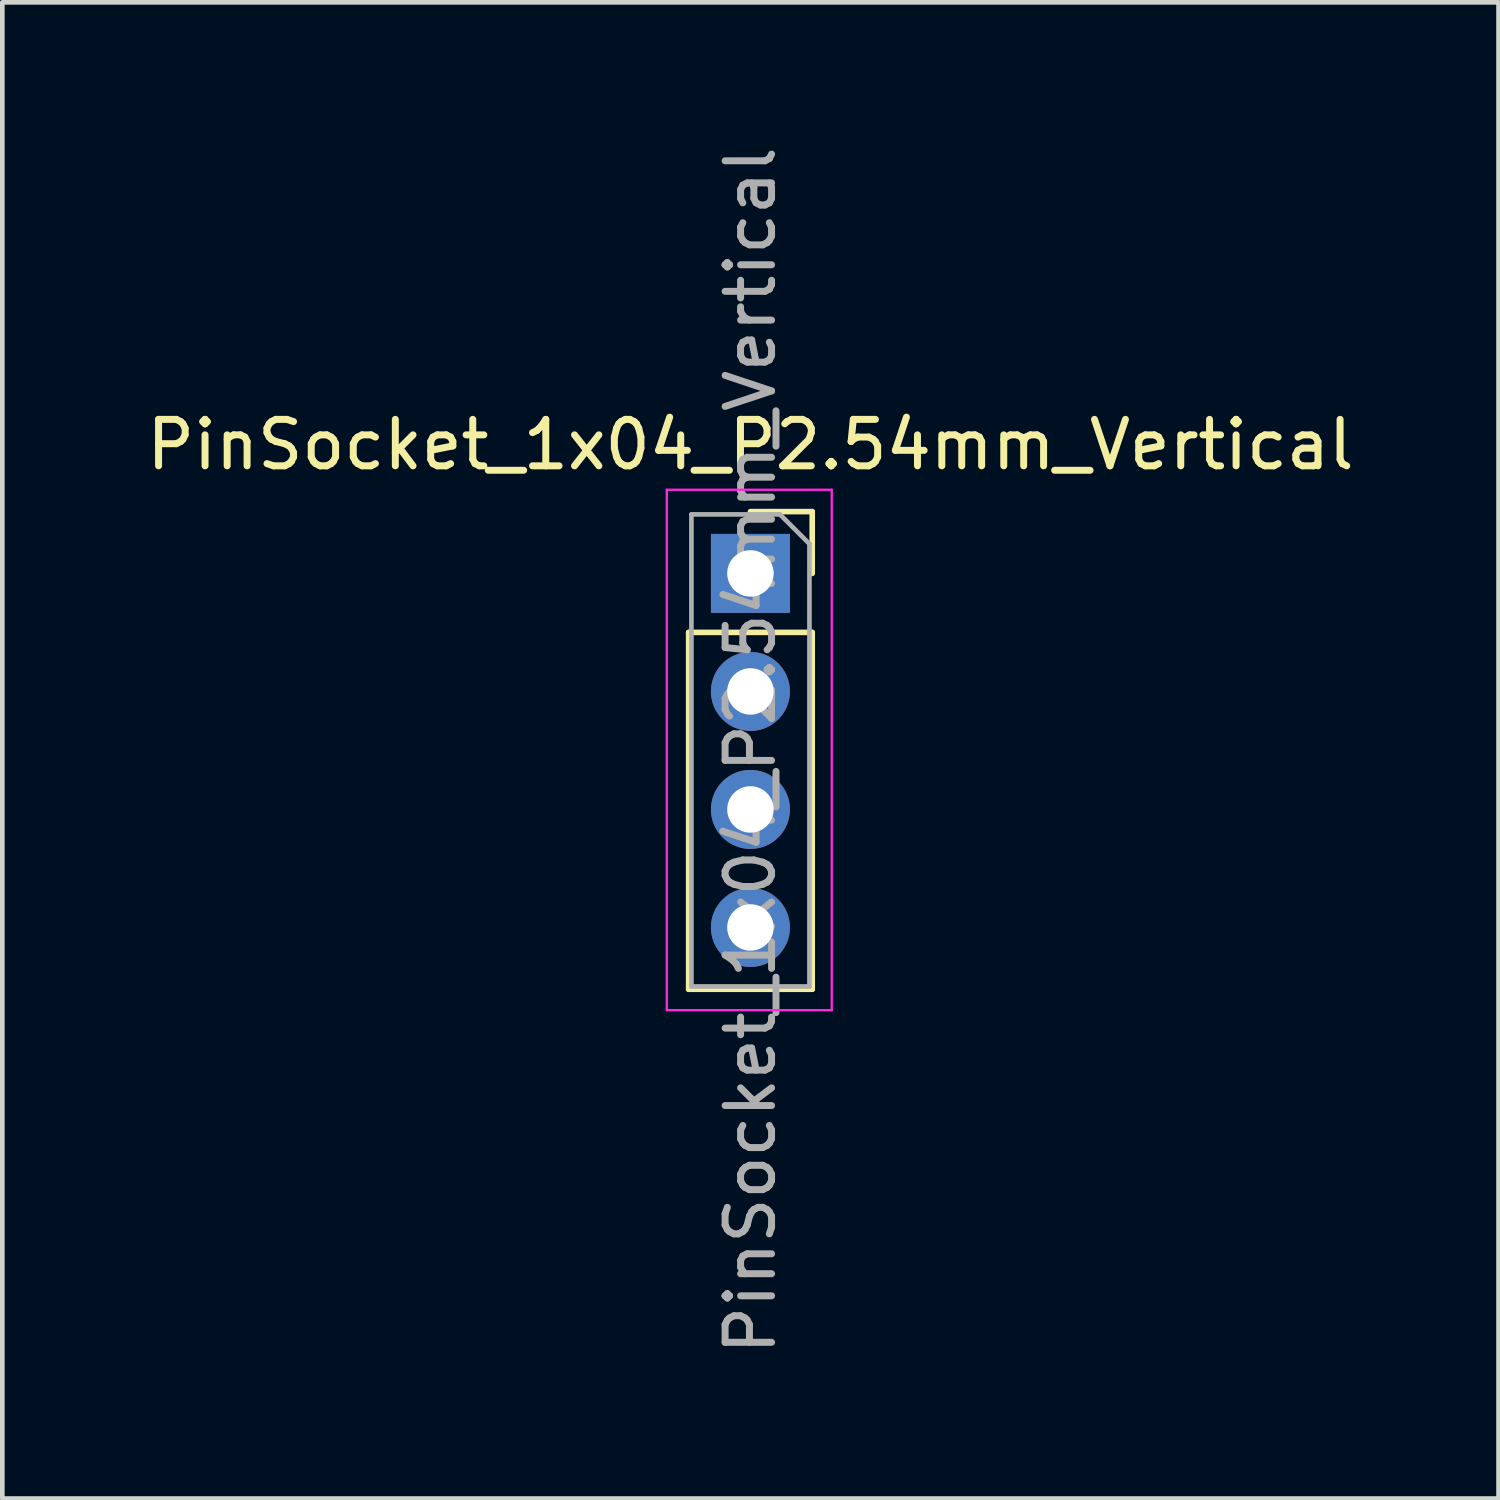
<source format=kicad_pcb>
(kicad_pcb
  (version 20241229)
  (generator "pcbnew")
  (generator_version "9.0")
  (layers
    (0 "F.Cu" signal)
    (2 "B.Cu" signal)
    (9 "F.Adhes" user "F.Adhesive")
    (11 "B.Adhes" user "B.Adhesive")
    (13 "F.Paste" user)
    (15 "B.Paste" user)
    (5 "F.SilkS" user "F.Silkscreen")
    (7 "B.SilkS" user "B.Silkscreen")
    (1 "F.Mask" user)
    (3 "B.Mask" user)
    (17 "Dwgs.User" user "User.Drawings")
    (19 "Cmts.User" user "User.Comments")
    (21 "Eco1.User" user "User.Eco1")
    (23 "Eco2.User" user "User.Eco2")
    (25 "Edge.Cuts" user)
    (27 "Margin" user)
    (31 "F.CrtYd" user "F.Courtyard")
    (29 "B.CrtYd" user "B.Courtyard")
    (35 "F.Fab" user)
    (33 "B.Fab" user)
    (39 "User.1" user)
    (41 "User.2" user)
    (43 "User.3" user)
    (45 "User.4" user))
  (footprint "PinSocket_1x04_P2.54mm_Vertical"
    (layer "F.Cu")
    (at 13.101 9.291)
    (property "Reference" "PinSocket_1x04_P2.54mm_Vertical" (at 0 -2.77 0) (layer "F.SilkS") (effects (font (size 1 1) (thickness 0.15))))
    (attr through_hole)
    (fp_line (start -1.33 1.27) (end -1.33 8.95) (stroke (width 0.12) (type solid)) (layer "F.SilkS"))
    (fp_line (start -1.33 1.27) (end 1.33 1.27) (stroke (width 0.12) (type solid)) (layer "F.SilkS"))
    (fp_line (start -1.33 8.95) (end 1.33 8.95) (stroke (width 0.12) (type solid)) (layer "F.SilkS"))
    (fp_line (start 0 -1.33) (end 1.33 -1.33) (stroke (width 0.12) (type solid)) (layer "F.SilkS"))
    (fp_line (start 1.33 -1.33) (end 1.33 0) (stroke (width 0.12) (type solid)) (layer "F.SilkS"))
    (fp_line (start 1.33 1.27) (end 1.33 8.95) (stroke (width 0.12) (type solid)) (layer "F.SilkS"))
    (fp_line (start -1.8 -1.8) (end 1.75 -1.8) (stroke (width 0.05) (type solid)) (layer "F.CrtYd"))
    (fp_line (start -1.8 9.4) (end -1.8 -1.8) (stroke (width 0.05) (type solid)) (layer "F.CrtYd"))
    (fp_line (start 1.75 -1.8) (end 1.75 9.4) (stroke (width 0.05) (type solid)) (layer "F.CrtYd"))
    (fp_line (start 1.75 9.4) (end -1.8 9.4) (stroke (width 0.05) (type solid)) (layer "F.CrtYd"))
    (fp_line (start -1.27 -1.27) (end 0.635 -1.27) (stroke (width 0.1) (type solid)) (layer "F.Fab"))
    (fp_line (start -1.27 8.89) (end -1.27 -1.27) (stroke (width 0.1) (type solid)) (layer "F.Fab"))
    (fp_line (start 0.635 -1.27) (end 1.27 -0.635) (stroke (width 0.1) (type solid)) (layer "F.Fab"))
    (fp_line (start 1.27 -0.635) (end 1.27 8.89) (stroke (width 0.1) (type solid)) (layer "F.Fab"))
    (fp_line (start 1.27 8.89) (end -1.27 8.89) (stroke (width 0.1) (type solid)) (layer "F.Fab"))
    (fp_text user "${REFERENCE}" (at 0 3.81 90) (layer "F.Fab") (effects (font (size 1 1) (thickness 0.15))))
    (pad "1" thru_hole rect (at 0 0) (size 1.7 1.7) (drill 1) (layers "*.Cu" "*.Mask"))
    (pad "2" thru_hole oval (at 0 2.54) (size 1.7 1.7) (drill 1) (layers "*.Cu" "*.Mask"))
    (pad "3" thru_hole oval (at 0 5.08) (size 1.7 1.7) (drill 1) (layers "*.Cu" "*.Mask"))
    (pad "4" thru_hole oval (at 0 7.62) (size 1.7 1.7) (drill 1) (layers "*.Cu" "*.Mask")))
  (gr_rect
    (start -3 -3)
    (end 29.202 29.202)
    (stroke (width 0.1) (type default))
    (fill no)
    (layer "Edge.Cuts")))
</source>
